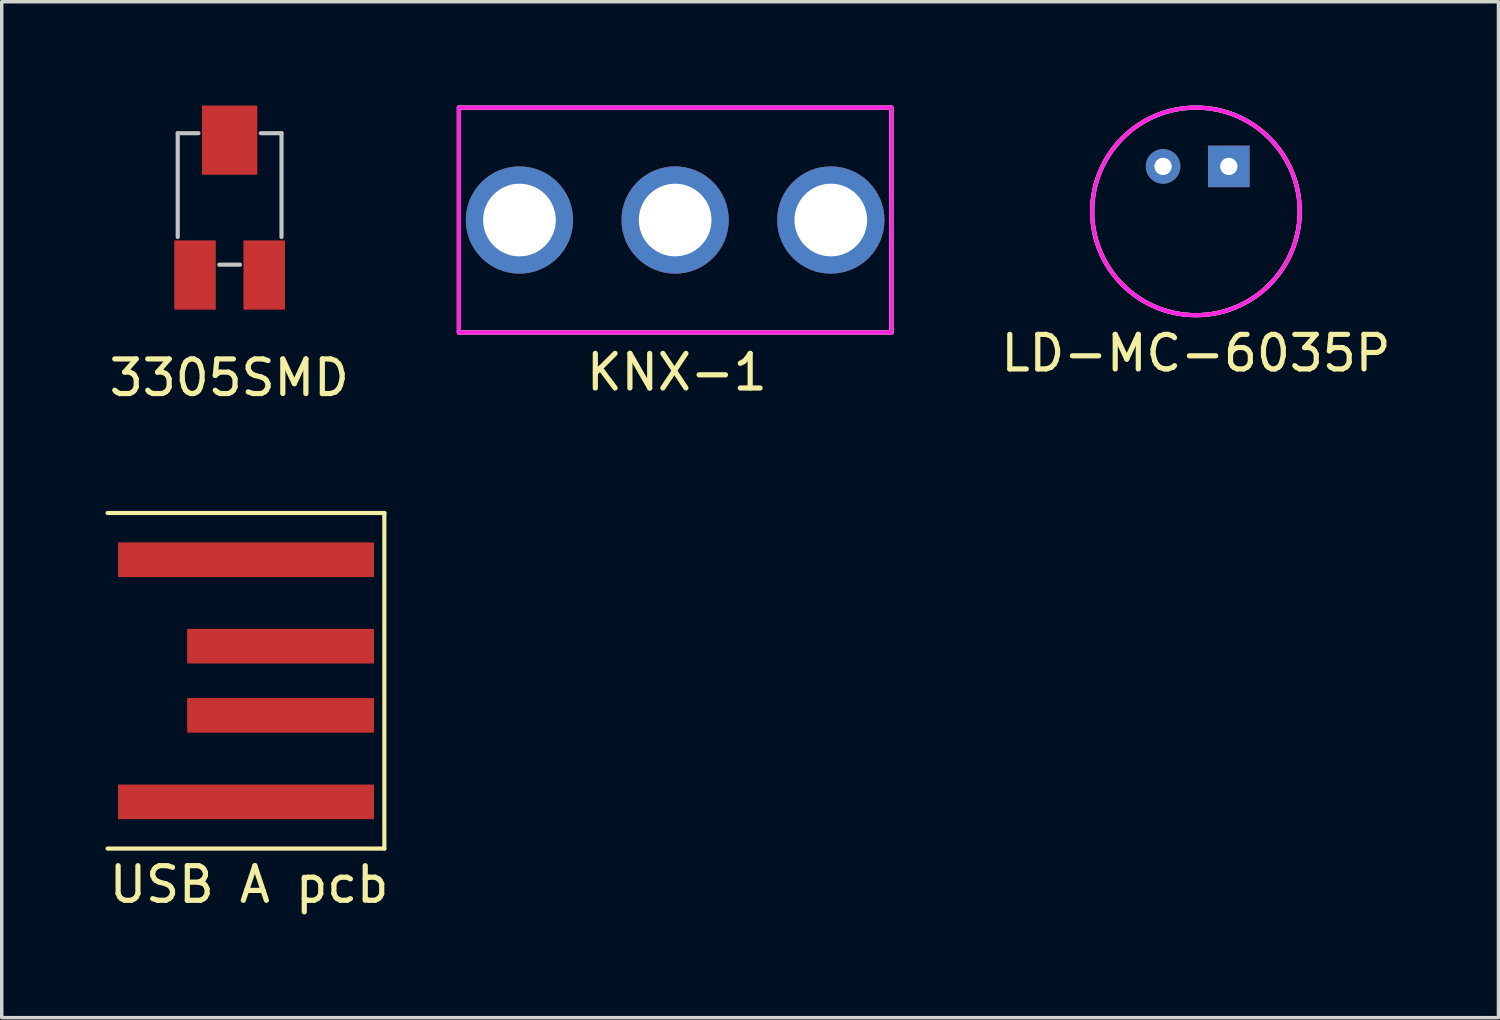
<source format=kicad_pcb>
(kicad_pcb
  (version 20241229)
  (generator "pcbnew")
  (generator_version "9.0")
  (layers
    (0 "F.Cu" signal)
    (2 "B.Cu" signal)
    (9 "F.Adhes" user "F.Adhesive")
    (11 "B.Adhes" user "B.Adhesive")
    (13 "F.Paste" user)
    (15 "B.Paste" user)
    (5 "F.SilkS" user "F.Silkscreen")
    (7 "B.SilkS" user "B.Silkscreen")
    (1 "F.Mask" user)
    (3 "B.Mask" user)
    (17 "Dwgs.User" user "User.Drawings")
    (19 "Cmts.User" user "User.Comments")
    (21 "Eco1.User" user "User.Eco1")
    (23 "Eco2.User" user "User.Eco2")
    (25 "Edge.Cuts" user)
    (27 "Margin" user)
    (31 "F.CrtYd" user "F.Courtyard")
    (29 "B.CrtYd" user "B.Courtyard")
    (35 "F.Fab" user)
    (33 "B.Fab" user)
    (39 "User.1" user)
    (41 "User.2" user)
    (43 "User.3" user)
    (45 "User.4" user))
  (footprint "LD-MC-6035P"
    (layer "F.Cu")
    (at 31.519 3.06)
    (property "Reference" "LD-MC-6035P" (at 0 4.1 0) (layer "F.SilkS") (effects (font (size 1 1) (thickness 0.15))))
    (attr through_hole)
    (fp_circle (center 0 0) (end 3 0) (stroke (width 0.12) (type solid)) (fill no) (layer "F.SilkS"))
    (fp_circle (center 0 0) (end 0 -3) (stroke (width 0.12) (type solid)) (fill no) (layer "F.CrtYd"))
    (fp_circle (center 0 0) (end 0 -3) (stroke (width 0.12) (type solid)) (fill no) (layer "F.Fab"))
    (pad "1" thru_hole circle (at -0.95 -1.3) (size 1 1) (drill 0.5) (layers "*.Cu" "*.Mask"))
    (pad "2" thru_hole rect (at 0.95 -1.3) (size 1.2 1.2) (drill 0.5) (layers "*.Cu" "*.Mask")))
  (footprint "3305SMD"
    (layer "F.Cu")
    (at 3.587 2.7)
    (property "Reference" "3305SMD" (at -0.01 5.17 0) (layer "F.SilkS") (effects (font (size 1 1) (thickness 0.15))))
    (attr through_hole)
    (fp_line (start -1.5 -1.9) (end -1.5 1.1) (stroke (width 0.12) (type solid)) (layer "Dwgs.User"))
    (fp_line (start -1.5 -1.9) (end -0.9 -1.9) (stroke (width 0.12) (type solid)) (layer "Dwgs.User"))
    (fp_line (start -0.3 1.9) (end 0.3 1.9) (stroke (width 0.12) (type solid)) (layer "Dwgs.User"))
    (fp_line (start 0.9 -1.9) (end 1.5 -1.9) (stroke (width 0.12) (type solid)) (layer "Dwgs.User"))
    (fp_line (start 1.5 -1.9) (end 1.5 1.1) (stroke (width 0.12) (type solid)) (layer "Dwgs.User"))
    (pad "1" smd rect (at -1 2.2) (size 1.2 2) (layers "F.Cu" "F.Mask" "F.Paste"))
    (pad "2" smd rect (at 0 -1.7) (size 1.6 2) (layers "F.Cu" "F.Mask" "F.Paste"))
    (pad "3" smd rect (at 1 2.2) (size 1.2 2) (layers "F.Cu" "F.Mask" "F.Paste")))
  (footprint "KNX-1"
    (layer "F.Cu")
    (at 16.465 3.31)
    (property "Reference" "KNX-1" (at 0.05 4.4 0) (layer "F.SilkS") (effects (font (size 1 1) (thickness 0.15))))
    (attr through_hole)
    (fp_line (start -6.25 -3.25) (end 6.25 -3.25) (stroke (width 0.12) (type solid)) (layer "F.SilkS"))
    (fp_line (start -6.25 3.25) (end -6.25 -3.25) (stroke (width 0.12) (type solid)) (layer "F.SilkS"))
    (fp_line (start 6.25 -3.25) (end 6.25 3.25) (stroke (width 0.12) (type solid)) (layer "F.SilkS"))
    (fp_line (start 6.25 3.25) (end -6.25 3.25) (stroke (width 0.12) (type solid)) (layer "F.SilkS"))
    (fp_line (start -6.25 -3.25) (end 6.25 -3.25) (stroke (width 0.12) (type solid)) (layer "F.CrtYd"))
    (fp_line (start -6.25 3.25) (end -6.25 -3.25) (stroke (width 0.12) (type solid)) (layer "F.CrtYd"))
    (fp_line (start 6.25 -3.25) (end 6.25 3.25) (stroke (width 0.12) (type solid)) (layer "F.CrtYd"))
    (fp_line (start 6.25 3.25) (end -6.25 3.25) (stroke (width 0.12) (type solid)) (layer "F.CrtYd"))
    (fp_line (start -6.25 -3.25) (end 6.25 -3.25) (stroke (width 0.12) (type solid)) (layer "F.Fab"))
    (fp_line (start -6.25 3.25) (end -6.25 -3.25) (stroke (width 0.12) (type solid)) (layer "F.Fab"))
    (fp_line (start 6.25 -3.25) (end 6.25 3.25) (stroke (width 0.12) (type solid)) (layer "F.Fab"))
    (fp_line (start 6.25 3.25) (end -6.25 3.25) (stroke (width 0.12) (type solid)) (layer "F.Fab"))
    (pad "1" thru_hole circle (at -4.5 0) (size 3.1 3.1) (drill 2.1) (layers "*.Cu" "*.Mask"))
    (pad "2" thru_hole circle (at 0 0) (size 3.1 3.1) (drill 2.1) (layers "*.Cu" "*.Mask"))
    (pad "3" thru_hole circle (at 4.5 0) (size 3.1 3.1) (drill 2.1) (layers "*.Cu" "*.Mask")))
  (footprint "USB A pcb"
    (layer "F.Cu")
    (at 4.06 16.628)
    (property "Reference" "USB A pcb" (at 0.09 5.89 0) (layer "F.SilkS") (effects (font (size 1 1) (thickness 0.15))))
    (attr through_hole)
    (fp_line (start -4 -4.85) (end 4 -4.85) (stroke (width 0.12) (type solid)) (layer "F.SilkS"))
    (fp_line (start 4 -4.85) (end 4 4.85) (stroke (width 0.12) (type solid)) (layer "F.SilkS"))
    (fp_line (start 4 4.85) (end -4 4.85) (stroke (width 0.12) (type solid)) (layer "F.SilkS"))
    (pad "1" smd rect (at 0 -3.5) (size 7.4 1) (layers "F.Cu" "F.Mask" "F.Paste"))
    (pad "2" smd rect (at 1 -1) (size 5.4 1) (layers "F.Cu" "F.Mask" "F.Paste"))
    (pad "3" smd rect (at 1 1) (size 5.4 1) (layers "F.Cu" "F.Mask" "F.Paste"))
    (pad "4" smd rect (at 0 3.5) (size 7.4 1) (layers "F.Cu" "F.Mask" "F.Paste")))
  (gr_rect
    (start -3 -3)
    (end 40.263 26.366)
    (stroke (width 0.1) (type default))
    (fill no)
    (layer "Edge.Cuts")))
</source>
